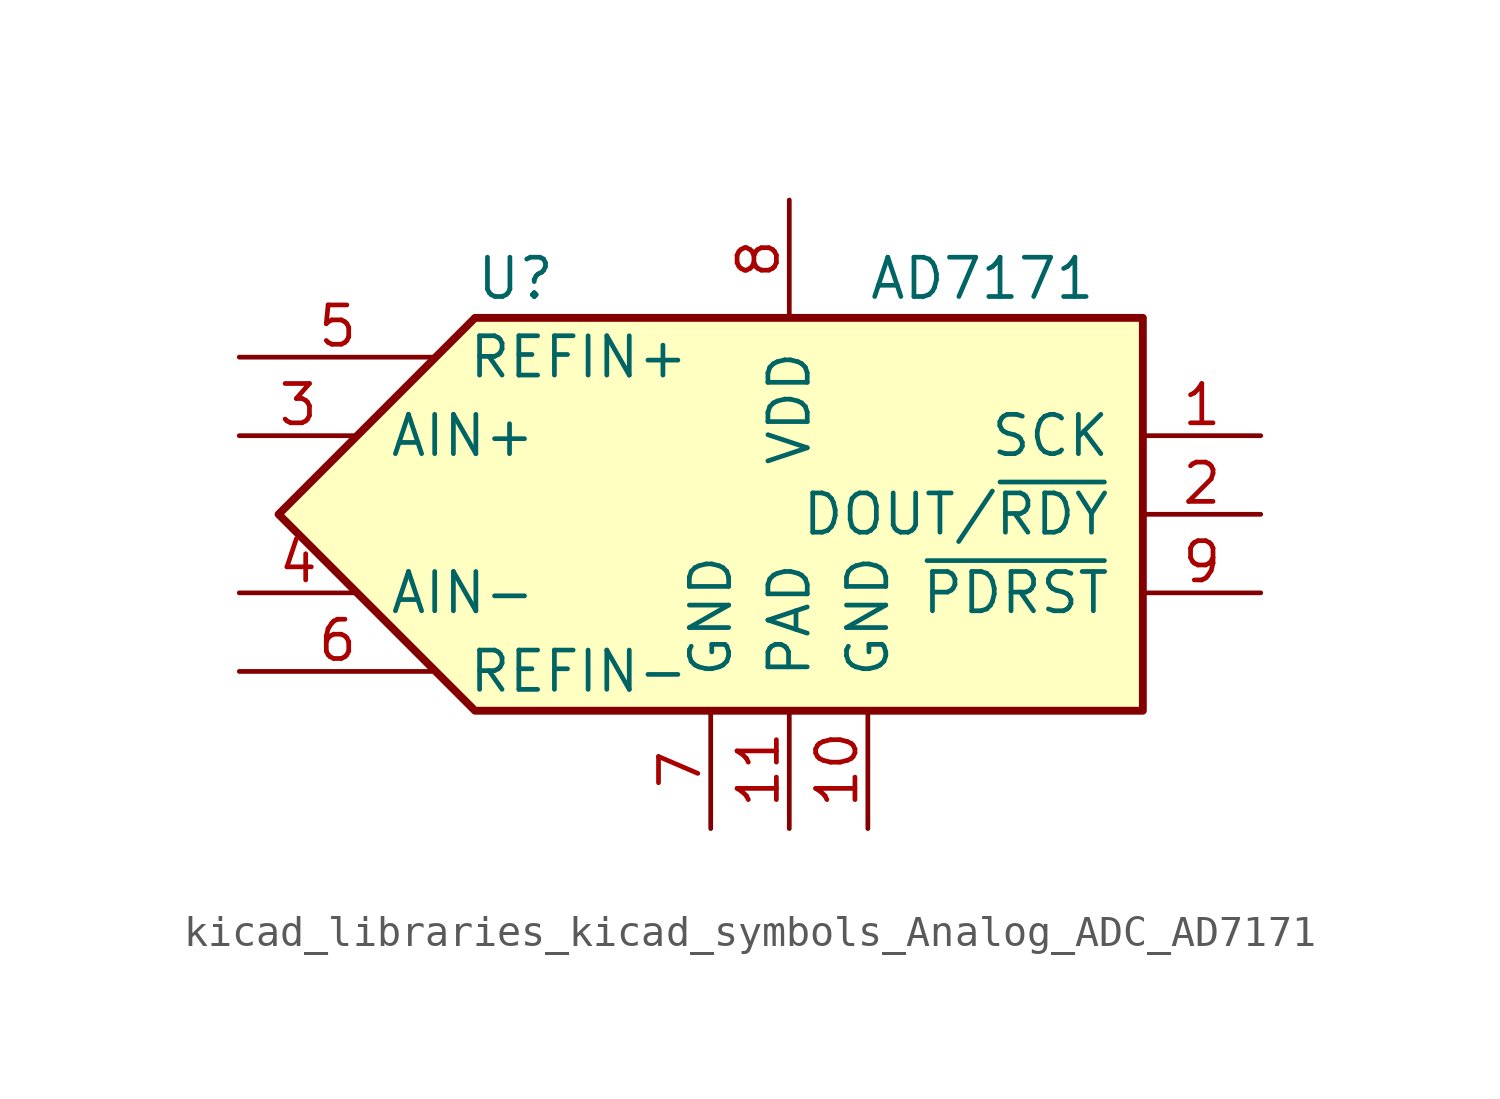
<source format=kicad_sym>
(kicad_symbol_lib
  (version 20220914)
  (generator kicad_symbol_editor)
  (symbol "kicad_libraries_kicad_symbols_Analog_ADC_AD7171"
    (pin_names
      (offset 1.016))
    (property "Reference" "U"
      (at -10.16 7.62 0)
      (effects (font (size 1.27 1.27)) (justify left)))
    (property "Value" "AD7171"
      (at 2.54 7.62 0)
      (effects (font (size 1.27 1.27)) (justify left)))
    (symbol "kicad_libraries_kicad_symbols_Analog_ADC_AD7171_0_1"
      (polyline (pts (xy 11.43 6.35) (xy -10.16 6.35) (xy -16.51 0) (xy -10.16 -6.35) (xy 11.43 -6.35) (xy 11.43 6.35)) (stroke (width 0.254) (type default)) (fill (type background))))
    (symbol "kicad_libraries_kicad_symbols_Analog_ADC_AD7171_1_1"
      (pin input line (at 15.24 2.54 180) (length 3.81) (name "SCK" (effects (font (size 1.27 1.27)))) (number "1" (effects (font (size 1.27 1.27)))))
      (pin power_in line (at 2.54 -10.16 90) (length 3.81) (name "GND" (effects (font (size 1.27 1.27)))) (number "10" (effects (font (size 1.27 1.27)))))
      (pin power_in line (at 0 -10.16 90) (length 3.81) (name "PAD" (effects (font (size 1.27 1.27)))) (number "11" (effects (font (size 1.27 1.27)))))
      (pin tri_state line (at 15.24 0 180) (length 3.81) (name "DOUT/~{RDY}" (effects (font (size 1.27 1.27)))) (number "2" (effects (font (size 1.27 1.27)))))
      (pin passive line (at -17.78 2.54 0) (length 3.81) (name "AIN+" (effects (font (size 1.27 1.27)))) (number "3" (effects (font (size 1.27 1.27)))))
      (pin passive line (at -17.78 -2.54 0) (length 3.81) (name "AIN-" (effects (font (size 1.27 1.27)))) (number "4" (effects (font (size 1.27 1.27)))))
      (pin passive line (at -17.78 5.08 0) (length 6.35) (name "REFIN+" (effects (font (size 1.27 1.27)))) (number "5" (effects (font (size 1.27 1.27)))))
      (pin passive line (at -17.78 -5.08 0) (length 6.35) (name "REFIN-" (effects (font (size 1.27 1.27)))) (number "6" (effects (font (size 1.27 1.27)))))
      (pin power_in line (at -2.54 -10.16 90) (length 3.81) (name "GND" (effects (font (size 1.27 1.27)))) (number "7" (effects (font (size 1.27 1.27)))))
      (pin power_in line (at 0 10.16 270) (length 3.81) (name "VDD" (effects (font (size 1.27 1.27)))) (number "8" (effects (font (size 1.27 1.27)))))
      (pin input line (at 15.24 -2.54 180) (length 3.81) (name "~{PDRST}" (effects (font (size 1.27 1.27)))) (number "9" (effects (font (size 1.27 1.27))))))))
</source>
